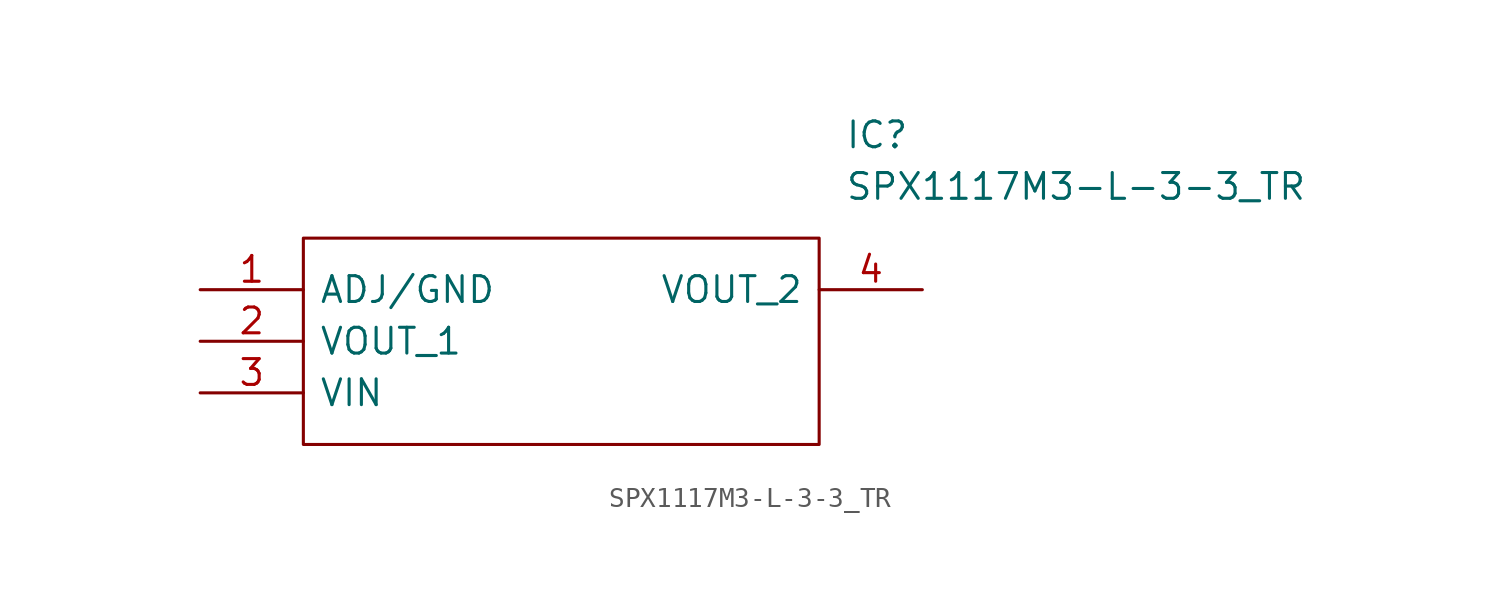
<source format=kicad_sym>
(kicad_symbol_lib
  (version 20211014)
  (generator kicad_symbol_editor)
  (symbol "SPX1117M3-L-3-3_TR"
    (pin_names
      (offset 0.762))
    (property "Reference" "IC"
      (at 31.75 7.62 0)
      (effects (font (size 1.27 1.27)) (justify left)))
    (property "Value" "SPX1117M3-L-3-3_TR"
      (at 31.75 5.08 0)
      (effects (font (size 1.27 1.27)) (justify left)))
    (symbol "SPX1117M3-L-3-3_TR_0_0"
      (pin passive line (at 0 0 0) (length 5.08) (name "ADJ/GND" (effects (font (size 1.27 1.27)))) (number "1" (effects (font (size 1.27 1.27)))))
      (pin passive line (at 0 -2.54 0) (length 5.08) (name "VOUT_1" (effects (font (size 1.27 1.27)))) (number "2" (effects (font (size 1.27 1.27)))))
      (pin passive line (at 0 -5.08 0) (length 5.08) (name "VIN" (effects (font (size 1.27 1.27)))) (number "3" (effects (font (size 1.27 1.27)))))
      (pin passive line (at 35.56 0 180) (length 5.08) (name "VOUT_2" (effects (font (size 1.27 1.27)))) (number "4" (effects (font (size 1.27 1.27))))))
    (symbol "SPX1117M3-L-3-3_TR_0_1"
      (polyline (pts (xy 5.08 2.54) (xy 30.48 2.54) (xy 30.48 -7.62) (xy 5.08 -7.62) (xy 5.08 2.54)) (stroke (width 0.152) (type default) (color 0 0 0 0)) (fill (type none))))))
</source>
